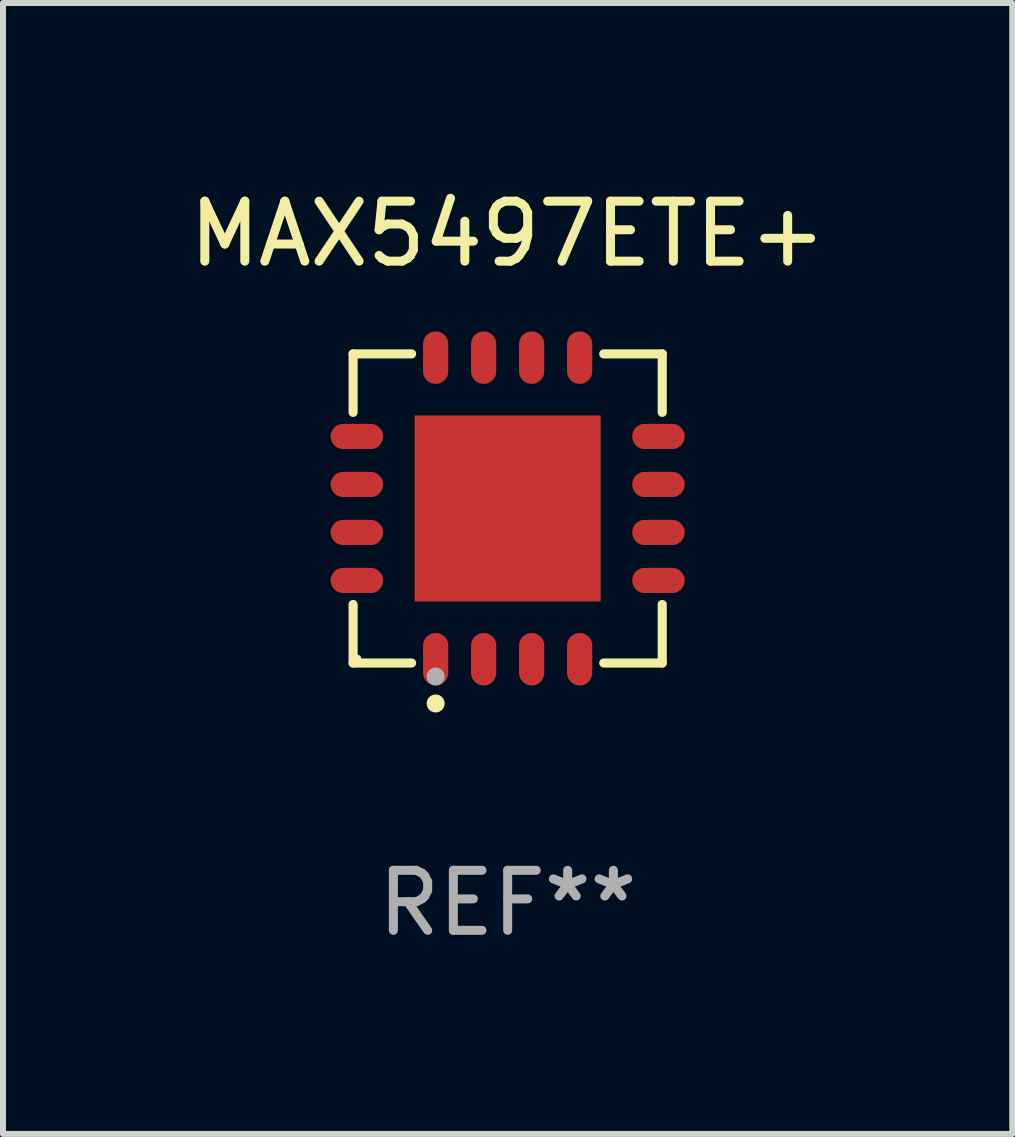
<source format=kicad_pcb>
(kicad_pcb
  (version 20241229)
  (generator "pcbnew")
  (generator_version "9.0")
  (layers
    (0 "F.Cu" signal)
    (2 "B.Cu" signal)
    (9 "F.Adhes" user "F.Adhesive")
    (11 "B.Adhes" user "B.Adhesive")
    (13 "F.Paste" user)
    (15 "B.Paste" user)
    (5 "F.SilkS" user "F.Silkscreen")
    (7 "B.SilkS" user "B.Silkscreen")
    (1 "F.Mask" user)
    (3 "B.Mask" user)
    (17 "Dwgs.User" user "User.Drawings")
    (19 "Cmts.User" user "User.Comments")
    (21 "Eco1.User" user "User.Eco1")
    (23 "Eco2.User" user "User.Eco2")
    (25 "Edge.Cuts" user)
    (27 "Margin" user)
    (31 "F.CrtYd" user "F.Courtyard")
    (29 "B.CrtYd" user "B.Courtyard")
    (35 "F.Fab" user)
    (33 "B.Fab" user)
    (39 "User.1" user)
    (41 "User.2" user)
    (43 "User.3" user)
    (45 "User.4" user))
  (footprint "MAX5497ETE+"
    (layer "F.Cu")
    (at 5.411 5.424)
    (property "Reference" "MAX5497ETE+" (at 0 -4.576 0) (layer "F.SilkS") (effects (font (size 1 1) (thickness 0.15))))
    (attr through_hole)
    (fp_line (start -2.576 -2.576) (end -1.601 -2.576) (stroke (width 0.152) (type solid)) (layer "F.SilkS"))
    (fp_line (start -2.576 -1.601) (end -2.576 -2.576) (stroke (width 0.152) (type solid)) (layer "F.SilkS"))
    (fp_line (start -2.576 1.601) (end -2.576 2.576) (stroke (width 0.152) (type solid)) (layer "F.SilkS"))
    (fp_line (start -2.576 2.576) (end -1.601 2.576) (stroke (width 0.152) (type solid)) (layer "F.SilkS"))
    (fp_line (start 2.576 -2.576) (end 1.601 -2.576) (stroke (width 0.152) (type solid)) (layer "F.SilkS"))
    (fp_line (start 2.576 -1.601) (end 2.576 -2.576) (stroke (width 0.152) (type solid)) (layer "F.SilkS"))
    (fp_line (start 2.576 1.601) (end 2.576 2.576) (stroke (width 0.152) (type solid)) (layer "F.SilkS"))
    (fp_line (start 2.576 2.576) (end 1.601 2.576) (stroke (width 0.152) (type solid)) (layer "F.SilkS"))
    (fp_circle (center -2.5 2.5) (end -2.47 2.5) (stroke (width 0.06) (type solid)) (fill no) (layer "F.SilkS"))
    (fp_circle (center -1.2 3.25) (end -1.125 3.25) (stroke (width 0.15) (type solid)) (fill no) (layer "F.SilkS"))
    (fp_circle (center -1.2 2.8) (end -1.125 2.8) (stroke (width 0.15) (type solid)) (fill no) (layer "F.Fab"))
    (fp_text user "REF**" (at 0 6.576 0) (layer "F.Fab") (effects (font (size 1 1) (thickness 0.15))))
    (pad "1" smd oval (at -1.2 2.513) (size 0.42 0.875) (layers "F.Cu" "F.Mask" "F.Paste"))
    (pad "2" smd oval (at -0.4 2.513) (size 0.42 0.875) (layers "F.Cu" "F.Mask" "F.Paste"))
    (pad "3" smd oval (at 0.4 2.513) (size 0.42 0.875) (layers "F.Cu" "F.Mask" "F.Paste"))
    (pad "4" smd oval (at 1.2 2.513) (size 0.42 0.875) (layers "F.Cu" "F.Mask" "F.Paste"))
    (pad "5" smd oval (at 2.513 1.2) (size 0.875 0.42) (layers "F.Cu" "F.Mask" "F.Paste"))
    (pad "6" smd oval (at 2.513 0.4) (size 0.875 0.42) (layers "F.Cu" "F.Mask" "F.Paste"))
    (pad "7" smd oval (at 2.513 -0.4) (size 0.875 0.42) (layers "F.Cu" "F.Mask" "F.Paste"))
    (pad "8" smd oval (at 2.513 -1.2) (size 0.875 0.42) (layers "F.Cu" "F.Mask" "F.Paste"))
    (pad "9" smd oval (at 1.2 -2.513) (size 0.42 0.875) (layers "F.Cu" "F.Mask" "F.Paste"))
    (pad "10" smd oval (at 0.4 -2.513) (size 0.42 0.875) (layers "F.Cu" "F.Mask" "F.Paste"))
    (pad "11" smd oval (at -0.4 -2.513) (size 0.42 0.875) (layers "F.Cu" "F.Mask" "F.Paste"))
    (pad "12" smd oval (at -1.2 -2.513) (size 0.42 0.875) (layers "F.Cu" "F.Mask" "F.Paste"))
    (pad "13" smd oval (at -2.513 -1.2) (size 0.875 0.42) (layers "F.Cu" "F.Mask" "F.Paste"))
    (pad "14" smd oval (at -2.513 -0.4) (size 0.875 0.42) (layers "F.Cu" "F.Mask" "F.Paste"))
    (pad "15" smd oval (at -2.513 0.4) (size 0.875 0.42) (layers "F.Cu" "F.Mask" "F.Paste"))
    (pad "16" smd oval (at -2.513 1.2) (size 0.875 0.42) (layers "F.Cu" "F.Mask" "F.Paste"))
    (pad "17" smd rect (at 0 0) (size 3.1 3.1) (layers "F.Cu" "F.Mask" "F.Paste")))
  (gr_rect
    (start -3 -3)
    (end 13.821 15.849)
    (stroke (width 0.1) (type default))
    (fill no)
    (layer "Edge.Cuts")))
</source>
